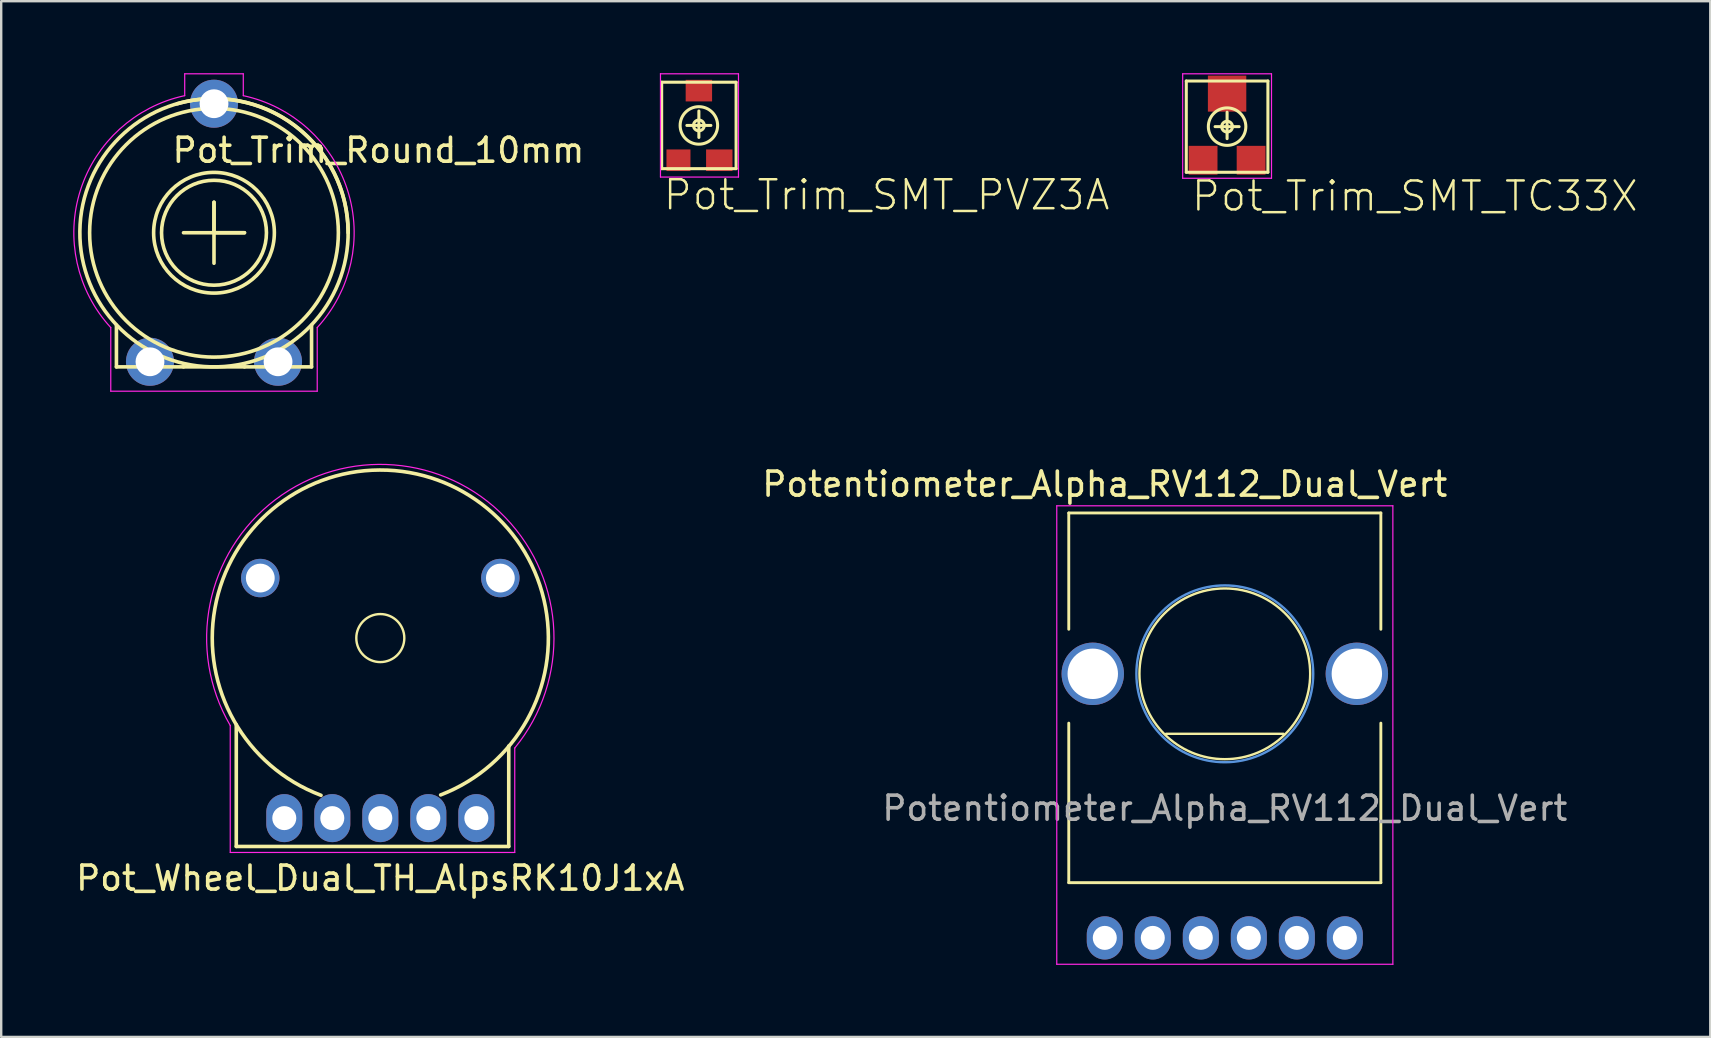
<source format=kicad_pcb>
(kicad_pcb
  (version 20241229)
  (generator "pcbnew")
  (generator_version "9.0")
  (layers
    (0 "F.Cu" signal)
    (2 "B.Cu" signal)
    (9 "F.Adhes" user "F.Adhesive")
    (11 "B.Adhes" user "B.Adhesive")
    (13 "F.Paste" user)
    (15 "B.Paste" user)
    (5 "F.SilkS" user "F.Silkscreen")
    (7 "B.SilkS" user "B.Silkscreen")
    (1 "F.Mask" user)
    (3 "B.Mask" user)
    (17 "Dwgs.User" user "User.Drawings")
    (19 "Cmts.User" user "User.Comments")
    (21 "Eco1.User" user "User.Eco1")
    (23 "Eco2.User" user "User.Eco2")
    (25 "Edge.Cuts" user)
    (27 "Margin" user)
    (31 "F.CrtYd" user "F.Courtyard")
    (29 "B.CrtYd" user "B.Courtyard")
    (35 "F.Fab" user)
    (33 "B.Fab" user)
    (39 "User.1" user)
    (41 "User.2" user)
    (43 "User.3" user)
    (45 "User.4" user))
  (footprint "Pot_Wheel_Dual_TH_AlpsRK10J1xA"
    (layer "F.Cu")
    (at 12.792 23.529)
    (property "Reference" "Pot_Wheel_Dual_TH_AlpsRK10J1xA" (at 0 10 0) (layer "F.SilkS") (effects (font (size 1 1) (thickness 0.15))))
    (attr through_hole)
    (fp_line (start -6 8.68) (end -6 3.609) (stroke (width 0.15) (type solid)) (layer "F.SilkS"))
    (fp_line (start 5.35 4.5) (end 5.35 8.68) (stroke (width 0.15) (type solid)) (layer "F.SilkS"))
    (fp_line (start 5.35 8.68) (end -6 8.68) (stroke (width 0.15) (type solid)) (layer "F.SilkS"))
    (fp_arc (start -2.469999 6.549999) (mid -0.023041 -7.000204) (end 2.513063 6.533598) (stroke (width 0.15) (type solid)) (layer "F.SilkS"))
    (fp_circle (center 0 0) (end 1 0) (stroke (width 0.1) (type solid)) (fill no) (layer "F.SilkS"))
    (fp_line (start -6.251 8.93) (end -6.251 3.641) (stroke (width 0.05) (type solid)) (layer "F.CrtYd"))
    (fp_line (start 5.6 4.58) (end 5.6 8.93) (stroke (width 0.05) (type solid)) (layer "F.CrtYd"))
    (fp_line (start 5.6 8.93) (end -6.25 8.93) (stroke (width 0.05) (type solid)) (layer "F.CrtYd"))
    (fp_arc (start -6.25145 3.640845) (mid 0.571489 -7.211781) (end 5.599999 4.579999) (stroke (width 0.05) (type solid)) (layer "F.CrtYd"))
    (pad "" thru_hole oval (at -5 -2.5) (size 1.6 1.6) (drill 1.2) (layers "*.Cu" "*.Mask"))
    (pad "" thru_hole oval (at 5 -2.5) (size 1.6 1.6) (drill 1.2) (layers "*.Cu" "*.Mask"))
    (pad "1" thru_hole oval (at -4 7.5) (size 1.5 2) (drill 1) (layers "*.Cu" "*.Mask"))
    (pad "2" thru_hole oval (at -2 7.5) (size 1.5 2) (drill 1) (layers "*.Cu" "*.Mask"))
    (pad "3" thru_hole oval (at 0 7.5) (size 1.5 2) (drill 1) (layers "*.Cu" "*.Mask"))
    (pad "4" thru_hole oval (at 2 7.5) (size 1.5 2) (drill 1) (layers "*.Cu" "*.Mask"))
    (pad "5" thru_hole oval (at 4 7.5) (size 1.5 2) (drill 1) (layers "*.Cu" "*.Mask")))
  (footprint "Pot_Trim_Round_10mm"
    (layer "F.Cu")
    (at 5.864 6.645)
    (property "Reference" "Pot_Trim_Round_10mm" (at -1.82 -2.85 0) (layer "F.SilkS") (effects (font (size 1 1) (thickness 0.15)) (justify left bottom)))
    (attr through_hole)
    (fp_line (start -4.064 5.588) (end -4.064 3.85) (stroke (width 0.15) (type solid)) (layer "F.SilkS"))
    (fp_line (start -1.27 5.588) (end -1.27 5.588) (stroke (width 0.15) (type solid)) (layer "F.SilkS"))
    (fp_line (start 0 -1.27) (end 0 0) (stroke (width 0.15) (type solid)) (layer "F.SilkS"))
    (fp_line (start 0 0) (end 1.27 0) (stroke (width 0.15) (type solid)) (layer "F.SilkS"))
    (fp_line (start 0 1.27) (end 0 -1.27) (stroke (width 0.15) (type solid)) (layer "F.SilkS"))
    (fp_line (start 1.27 0) (end -1.27 0) (stroke (width 0.15) (type solid)) (layer "F.SilkS"))
    (fp_line (start 1.27 5.588) (end 1.27 5.588) (stroke (width 0.15) (type solid)) (layer "F.SilkS"))
    (fp_line (start 4.064 5.588) (end -4.064 5.588) (stroke (width 0.15) (type solid)) (layer "F.SilkS"))
    (fp_line (start 4.064 5.588) (end 4.064 3.85) (stroke (width 0.15) (type solid)) (layer "F.SilkS"))
    (fp_arc (start -1.535142 -5.372996) (mid 3.365069 -4.461173) (end 5.588 0) (stroke (width 0.15) (type solid)) (layer "F.SilkS"))
    (fp_arc (start 0.265794 -5.581675) (mid -0.132935 5.586418) (end 0 -5.588) (stroke (width 0.15) (type solid)) (layer "F.SilkS"))
    (fp_circle (center 0 0) (end 1.016 5.08) (stroke (width 0.15) (type solid)) (fill no) (layer "F.SilkS"))
    (fp_circle (center 0 0) (end 1.27 1.778) (stroke (width 0.15) (type solid)) (fill no) (layer "F.SilkS"))
    (fp_circle (center 0 0) (end 1.778 1.778) (stroke (width 0.15) (type solid)) (fill no) (layer "F.SilkS"))
    (fp_line (start -4.3 6.6) (end -4.3 3.95) (stroke (width 0.05) (type solid)) (layer "F.CrtYd"))
    (fp_line (start -4.3 6.6) (end 4.3 6.6) (stroke (width 0.05) (type solid)) (layer "F.CrtYd"))
    (fp_line (start -1.22 -6.62) (end 1.22 -6.62) (stroke (width 0.05) (type solid)) (layer "F.CrtYd"))
    (fp_line (start -1.22 -5.71) (end -1.22 -6.62) (stroke (width 0.05) (type solid)) (layer "F.CrtYd"))
    (fp_line (start 1.22 -6.62) (end 1.22 -5.71) (stroke (width 0.05) (type solid)) (layer "F.CrtYd"))
    (fp_line (start 4.3 6.6) (end 4.3 3.95) (stroke (width 0.05) (type solid)) (layer "F.CrtYd"))
    (fp_arc (start -4.3 3.95) (mid -5.562958 -1.773697) (end -1.219999 -5.71) (stroke (width 0.05) (type solid)) (layer "F.CrtYd"))
    (fp_arc (start 1.219999 -5.71) (mid 5.562957 -1.773697) (end 4.3 3.95) (stroke (width 0.05) (type solid)) (layer "F.CrtYd"))
    (pad "1" thru_hole circle (at -2.667 5.375) (size 2 2) (drill 1.2) (layers "*.Cu" "*.Mask"))
    (pad "2" thru_hole circle (at 0 -5.375) (size 2 2) (drill 1.2) (layers "*.Cu" "*.Mask"))
    (pad "3" thru_hole circle (at 2.667 5.375) (size 2 2) (drill 1.2) (layers "*.Cu" "*.Mask")))
  (footprint "Potentiometer_Alpha_RV112_Dual_Vert"
    (layer "F.Cu")
    (at 47.97 25.018)
    (property "Reference" "Potentiometer_Alpha_RV112_Dual_Vert" (at -5 -7.9 0) (layer "F.SilkS") (effects (font (size 1 1) (thickness 0.15))))
    (attr through_hole)
    (fp_line (start -6.5 -6.7) (end 6.5 -6.7) (stroke (width 0.12) (type solid)) (layer "F.SilkS"))
    (fp_line (start -6.5 -1.855) (end -6.5 -6.7) (stroke (width 0.12) (type solid)) (layer "F.SilkS"))
    (fp_line (start -6.5 8.7) (end -6.5 2.054) (stroke (width 0.12) (type solid)) (layer "F.SilkS"))
    (fp_line (start -6.5 8.7) (end 6.5 8.7) (stroke (width 0.12) (type solid)) (layer "F.SilkS"))
    (fp_line (start -2.45 2.5) (end 2.45 2.5) (stroke (width 0.1) (type solid)) (layer "F.SilkS"))
    (fp_line (start 6.5 -1.855) (end 6.5 -6.7) (stroke (width 0.12) (type solid)) (layer "F.SilkS"))
    (fp_line (start 6.5 8.7) (end 6.5 2.054) (stroke (width 0.12) (type solid)) (layer "F.SilkS"))
    (fp_circle (center 0 0) (end 0 3.556) (stroke (width 0.1) (type solid)) (fill no) (layer "F.SilkS"))
    (fp_circle (center 0 0) (end 0 3.683) (stroke (width 0.1) (type solid)) (fill no) (layer "Cmts.User"))
    (fp_line (start -7 -7) (end -7 12.1) (stroke (width 0.05) (type solid)) (layer "F.CrtYd"))
    (fp_line (start -7 12.1) (end 7 12.1) (stroke (width 0.05) (type solid)) (layer "F.CrtYd"))
    (fp_line (start 7 -7) (end -7 -7) (stroke (width 0.05) (type solid)) (layer "F.CrtYd"))
    (fp_line (start 7 12.1) (end 7 -7) (stroke (width 0.05) (type solid)) (layer "F.CrtYd"))
    (fp_text user "${REFERENCE}" (at 0 5.6 180) (layer "F.Fab") (effects (font (size 1 1) (thickness 0.15))))
    (pad "1" thru_hole oval (at -1 11) (size 1.5 1.8) (drill 1) (layers "*.Cu" "*.Mask"))
    (pad "2" thru_hole oval (at 1 11) (size 1.5 1.8) (drill 1) (layers "*.Cu" "*.Mask"))
    (pad "3" thru_hole oval (at 3 11) (size 1.5 1.8) (drill 1) (layers "*.Cu" "*.Mask"))
    (pad "4" thru_hole oval (at -3 11) (size 1.5 1.8) (drill 1) (layers "*.Cu" "*.Mask"))
    (pad "5" thru_hole oval (at -5 11) (size 1.5 1.8) (drill 1) (layers "*.Cu" "*.Mask"))
    (pad "6" thru_hole oval (at 5 11) (size 1.5 1.8) (drill 1) (layers "*.Cu" "*.Mask"))
    (pad "7" thru_hole circle (at -5.5 0 90) (size 2.6 2.6) (drill 2.1) (layers "*.Cu" "*.Mask"))
    (pad "8" thru_hole circle (at 5.5 0 90) (size 2.6 2.6) (drill 2.1) (layers "*.Cu" "*.Mask")))
  (footprint "Pot_Trim_SMT_TC33X"
    (layer "F.Cu")
    (at 48.065 2.225)
    (property "Reference" "Pot_Trim_SMT_TC33X" (at -1.55 3.6 0) (layer "F.SilkS") (effects (font (size 1.206 1.206) (thickness 0.102)) (justify left bottom)))
    (attr smd)
    (fp_line (start -1.7 -1.9) (end 1.7 -1.9) (stroke (width 0.127) (type solid)) (layer "F.SilkS"))
    (fp_line (start -1.7 1.9) (end -1.7 -1.9) (stroke (width 0.127) (type solid)) (layer "F.SilkS"))
    (fp_line (start -0.5 0) (end 0.5 0) (stroke (width 0.127) (type solid)) (layer "F.SilkS"))
    (fp_line (start 0 -0.6) (end 0 0.5) (stroke (width 0.127) (type solid)) (layer "F.SilkS"))
    (fp_line (start 1.7 -1.9) (end 1.7 1.9) (stroke (width 0.127) (type solid)) (layer "F.SilkS"))
    (fp_line (start 1.7 1.9) (end -1.7 1.9) (stroke (width 0.127) (type solid)) (layer "F.SilkS"))
    (fp_circle (center 0 0) (end 0.224 0) (stroke (width 0.127) (type solid)) (fill no) (layer "F.SilkS"))
    (fp_circle (center 0 0) (end 0.781 0) (stroke (width 0.127) (type solid)) (fill no) (layer "F.SilkS"))
    (fp_line (start -1.85 -2.2) (end -1.85 2.15) (stroke (width 0.05) (type solid)) (layer "F.CrtYd"))
    (fp_line (start -1.85 2.15) (end 1.85 2.15) (stroke (width 0.05) (type solid)) (layer "F.CrtYd"))
    (fp_line (start 1.85 -2.2) (end -1.85 -2.2) (stroke (width 0.05) (type solid)) (layer "F.CrtYd"))
    (fp_line (start 1.85 2.15) (end 1.85 -2.2) (stroke (width 0.05) (type solid)) (layer "F.CrtYd"))
    (pad "1" smd rect (at -1 1.4) (size 1.2 1.2) (layers "F.Cu" "F.Mask" "F.Paste"))
    (pad "2" smd rect (at 0 -1.375) (size 1.6 1.5) (layers "F.Cu" "F.Mask" "F.Paste"))
    (pad "3" smd rect (at 1 1.4) (size 1.2 1.2) (layers "F.Cu" "F.Mask" "F.Paste")))
  (footprint "Pot_Trim_SMT_PVZ3A"
    (layer "F.Cu")
    (at 26.062 2.175)
    (property "Reference" "Pot_Trim_SMT_PVZ3A" (at -1.55 3.6 0) (layer "F.SilkS") (effects (font (size 1.206 1.206) (thickness 0.102)) (justify left bottom)))
    (attr through_hole)
    (fp_line (start -1.55 -1.8) (end 1.55 -1.8) (stroke (width 0.127) (type solid)) (layer "F.SilkS"))
    (fp_line (start -1.55 1.8) (end -1.55 -1.8) (stroke (width 0.127) (type solid)) (layer "F.SilkS"))
    (fp_line (start -0.5 0) (end 0.5 0) (stroke (width 0.127) (type solid)) (layer "F.SilkS"))
    (fp_line (start 0 -0.6) (end 0 0.5) (stroke (width 0.127) (type solid)) (layer "F.SilkS"))
    (fp_line (start 1.55 -1.8) (end 1.55 1.8) (stroke (width 0.127) (type solid)) (layer "F.SilkS"))
    (fp_line (start 1.55 1.8) (end -1.55 1.8) (stroke (width 0.127) (type solid)) (layer "F.SilkS"))
    (fp_circle (center 0 0) (end 0.224 0) (stroke (width 0.127) (type solid)) (fill no) (layer "F.SilkS"))
    (fp_circle (center 0 0) (end 0.781 0) (stroke (width 0.127) (type solid)) (fill no) (layer "F.SilkS"))
    (fp_line (start -1.6 -2.15) (end -1.6 -2.15) (stroke (width 0.05) (type solid)) (layer "F.CrtYd"))
    (fp_line (start -1.6 -2.15) (end -1.6 2.15) (stroke (width 0.05) (type solid)) (layer "F.CrtYd"))
    (fp_line (start -1.6 2.15) (end 1.65 2.15) (stroke (width 0.05) (type solid)) (layer "F.CrtYd"))
    (fp_line (start 1.65 -2.15) (end -1.6 -2.15) (stroke (width 0.05) (type solid)) (layer "F.CrtYd"))
    (fp_line (start 1.65 2.15) (end 1.65 -2.15) (stroke (width 0.05) (type solid)) (layer "F.CrtYd"))
    (pad "1" smd rect (at -0.85 1.45) (size 1 0.9) (layers "F.Cu" "F.Mask" "F.Paste"))
    (pad "2" smd rect (at 0 -1.45) (size 1.1 0.9) (layers "F.Cu" "F.Mask" "F.Paste"))
    (pad "3" smd rect (at 0.85 1.45) (size 1.1 0.9) (layers "F.Cu" "F.Mask" "F.Paste")))
  (gr_rect
    (start -3 -3)
    (end 68.193 40.143)
    (stroke (width 0.1) (type default))
    (fill no)
    (layer "Edge.Cuts")))
</source>
